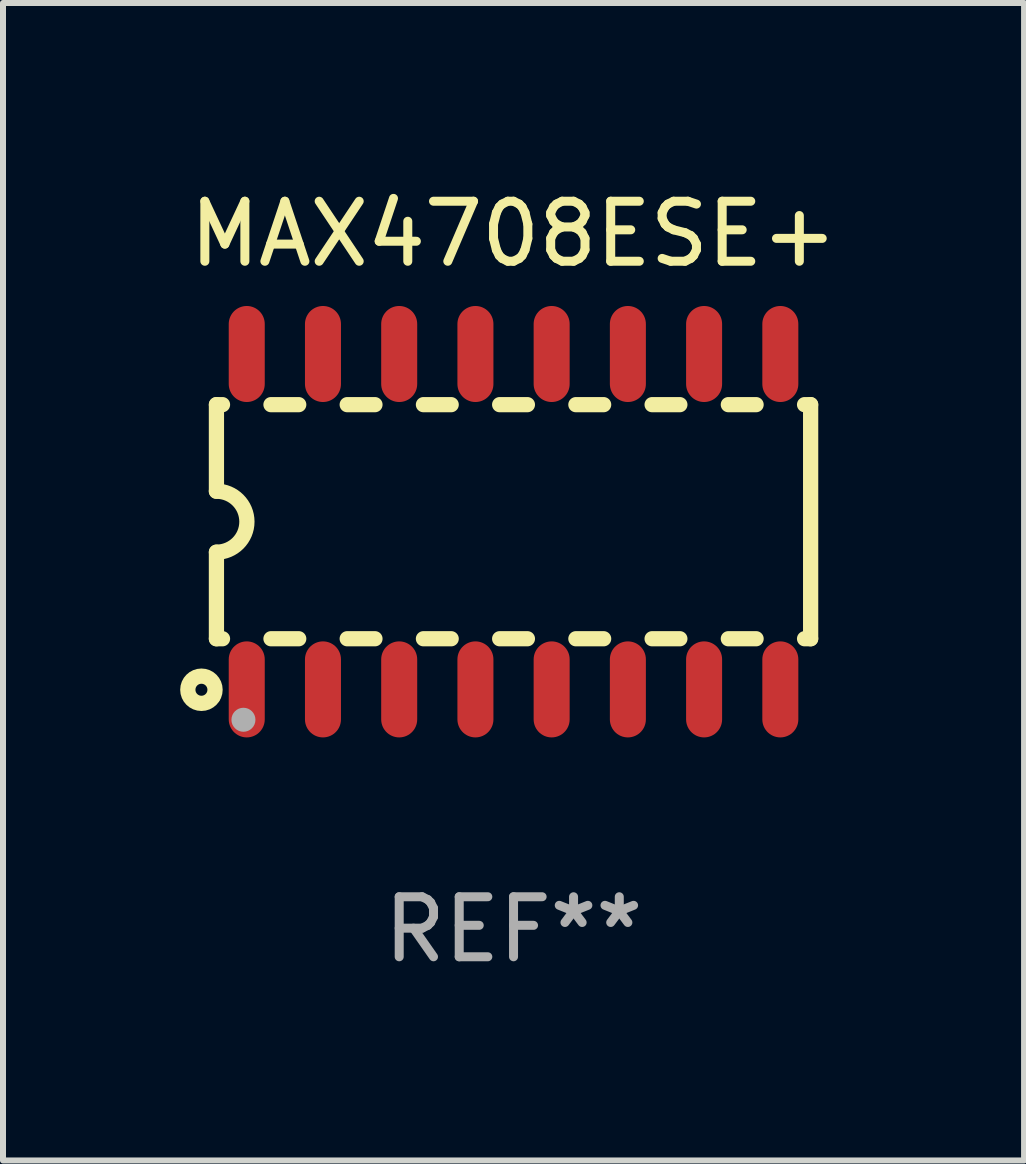
<source format=kicad_pcb>
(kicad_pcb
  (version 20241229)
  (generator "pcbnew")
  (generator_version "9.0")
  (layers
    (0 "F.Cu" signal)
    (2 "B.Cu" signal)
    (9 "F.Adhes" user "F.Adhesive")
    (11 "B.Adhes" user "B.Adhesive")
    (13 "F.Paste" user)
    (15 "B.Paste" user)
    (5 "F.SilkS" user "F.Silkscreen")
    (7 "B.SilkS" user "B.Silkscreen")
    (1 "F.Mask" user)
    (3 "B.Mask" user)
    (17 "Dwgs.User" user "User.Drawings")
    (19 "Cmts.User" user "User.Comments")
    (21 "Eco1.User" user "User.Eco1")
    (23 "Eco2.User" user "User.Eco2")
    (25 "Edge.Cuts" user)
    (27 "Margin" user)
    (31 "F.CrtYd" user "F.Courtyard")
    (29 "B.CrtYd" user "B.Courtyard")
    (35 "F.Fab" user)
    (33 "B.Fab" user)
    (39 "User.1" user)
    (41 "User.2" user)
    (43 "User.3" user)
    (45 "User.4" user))
  (footprint "MAX4708ESE+"
    (layer "F.Cu")
    (at 5.506 5.642)
    (property "Reference" "MAX4708ESE+" (at 0 -4.794 0) (layer "F.SilkS") (effects (font (size 1 1) (thickness 0.15))))
    (attr through_hole)
    (fp_line (start -4.95 -1.95) (end -4.95 -0.508) (stroke (width 0.254) (type solid)) (layer "F.SilkS"))
    (fp_line (start -4.95 -1.95) (end -4.849 -1.95) (stroke (width 0.254) (type solid)) (layer "F.SilkS"))
    (fp_line (start -4.95 1.95) (end -4.95 0.508) (stroke (width 0.254) (type solid)) (layer "F.SilkS"))
    (fp_line (start -4.95 1.95) (end -4.849 1.95) (stroke (width 0.254) (type solid)) (layer "F.SilkS"))
    (fp_line (start -4.041 -1.95) (end -3.579 -1.95) (stroke (width 0.254) (type solid)) (layer "F.SilkS"))
    (fp_line (start -4.041 1.95) (end -3.579 1.95) (stroke (width 0.254) (type solid)) (layer "F.SilkS"))
    (fp_line (start -2.771 -1.95) (end -2.309 -1.95) (stroke (width 0.254) (type solid)) (layer "F.SilkS"))
    (fp_line (start -2.771 1.95) (end -2.309 1.95) (stroke (width 0.254) (type solid)) (layer "F.SilkS"))
    (fp_line (start -1.501 -1.95) (end -1.039 -1.95) (stroke (width 0.254) (type solid)) (layer "F.SilkS"))
    (fp_line (start -1.501 1.95) (end -1.039 1.95) (stroke (width 0.254) (type solid)) (layer "F.SilkS"))
    (fp_line (start -0.231 -1.95) (end 0.231 -1.95) (stroke (width 0.254) (type solid)) (layer "F.SilkS"))
    (fp_line (start -0.231 1.95) (end 0.231 1.95) (stroke (width 0.254) (type solid)) (layer "F.SilkS"))
    (fp_line (start 1.039 -1.95) (end 1.501 -1.95) (stroke (width 0.254) (type solid)) (layer "F.SilkS"))
    (fp_line (start 1.039 1.95) (end 1.501 1.95) (stroke (width 0.254) (type solid)) (layer "F.SilkS"))
    (fp_line (start 2.309 -1.95) (end 2.771 -1.95) (stroke (width 0.254) (type solid)) (layer "F.SilkS"))
    (fp_line (start 2.309 1.95) (end 2.771 1.95) (stroke (width 0.254) (type solid)) (layer "F.SilkS"))
    (fp_line (start 3.579 -1.95) (end 4.041 -1.95) (stroke (width 0.254) (type solid)) (layer "F.SilkS"))
    (fp_line (start 3.579 1.95) (end 4.041 1.95) (stroke (width 0.254) (type solid)) (layer "F.SilkS"))
    (fp_line (start 4.849 -1.95) (end 4.95 -1.95) (stroke (width 0.254) (type solid)) (layer "F.SilkS"))
    (fp_line (start 4.849 1.95) (end 4.95 1.95) (stroke (width 0.254) (type solid)) (layer "F.SilkS"))
    (fp_line (start 4.95 -1.95) (end 4.95 1.95) (stroke (width 0.254) (type solid)) (layer "F.SilkS"))
    (fp_arc (start -4.95047 -0.508001) (mid -4.442469 -0.000228) (end -4.950013 0.508001) (stroke (width 0.254001) (type solid)) (layer "F.SilkS"))
    (fp_circle (center -5.2 2.8) (end -5.1 2.8) (stroke (width 0.254) (type solid)) (fill no) (layer "F.SilkS"))
    (fp_circle (center -4.95 2.947) (end -4.92 2.947) (stroke (width 0.06) (type solid)) (fill no) (layer "F.SilkS"))
    (fp_circle (center -4.5 3.3) (end -4.4 3.3) (stroke (width 0.2) (type solid)) (fill no) (layer "F.Fab"))
    (fp_text user "REF**" (at 0 6.794 0) (layer "F.Fab") (effects (font (size 1 1) (thickness 0.15))))
    (pad "1" smd oval (at -4.445 2.794) (size 0.6 1.6) (layers "F.Cu" "F.Mask" "F.Paste"))
    (pad "2" smd oval (at -3.175 2.794) (size 0.6 1.6) (layers "F.Cu" "F.Mask" "F.Paste"))
    (pad "3" smd oval (at -1.905 2.794) (size 0.6 1.6) (layers "F.Cu" "F.Mask" "F.Paste"))
    (pad "4" smd oval (at -0.635 2.794) (size 0.6 1.6) (layers "F.Cu" "F.Mask" "F.Paste"))
    (pad "5" smd oval (at 0.635 2.794) (size 0.6 1.6) (layers "F.Cu" "F.Mask" "F.Paste"))
    (pad "6" smd oval (at 1.905 2.794) (size 0.6 1.6) (layers "F.Cu" "F.Mask" "F.Paste"))
    (pad "7" smd oval (at 3.175 2.794) (size 0.6 1.6) (layers "F.Cu" "F.Mask" "F.Paste"))
    (pad "8" smd oval (at 4.445 2.794) (size 0.6 1.6) (layers "F.Cu" "F.Mask" "F.Paste"))
    (pad "9" smd oval (at 4.445 -2.794) (size 0.6 1.6) (layers "F.Cu" "F.Mask" "F.Paste"))
    (pad "10" smd oval (at 3.175 -2.794) (size 0.6 1.6) (layers "F.Cu" "F.Mask" "F.Paste"))
    (pad "11" smd oval (at 1.905 -2.794) (size 0.6 1.6) (layers "F.Cu" "F.Mask" "F.Paste"))
    (pad "12" smd oval (at 0.635 -2.794) (size 0.6 1.6) (layers "F.Cu" "F.Mask" "F.Paste"))
    (pad "13" smd oval (at -0.635 -2.794) (size 0.6 1.6) (layers "F.Cu" "F.Mask" "F.Paste"))
    (pad "14" smd oval (at -1.905 -2.794) (size 0.6 1.6) (layers "F.Cu" "F.Mask" "F.Paste"))
    (pad "15" smd oval (at -3.175 -2.794) (size 0.6 1.6) (layers "F.Cu" "F.Mask" "F.Paste"))
    (pad "16" smd oval (at -4.445 -2.794) (size 0.6 1.6) (layers "F.Cu" "F.Mask" "F.Paste")))
  (gr_rect
    (start -3 -3)
    (end 14.012 16.285)
    (stroke (width 0.1) (type default))
    (fill no)
    (layer "Edge.Cuts")))
</source>
